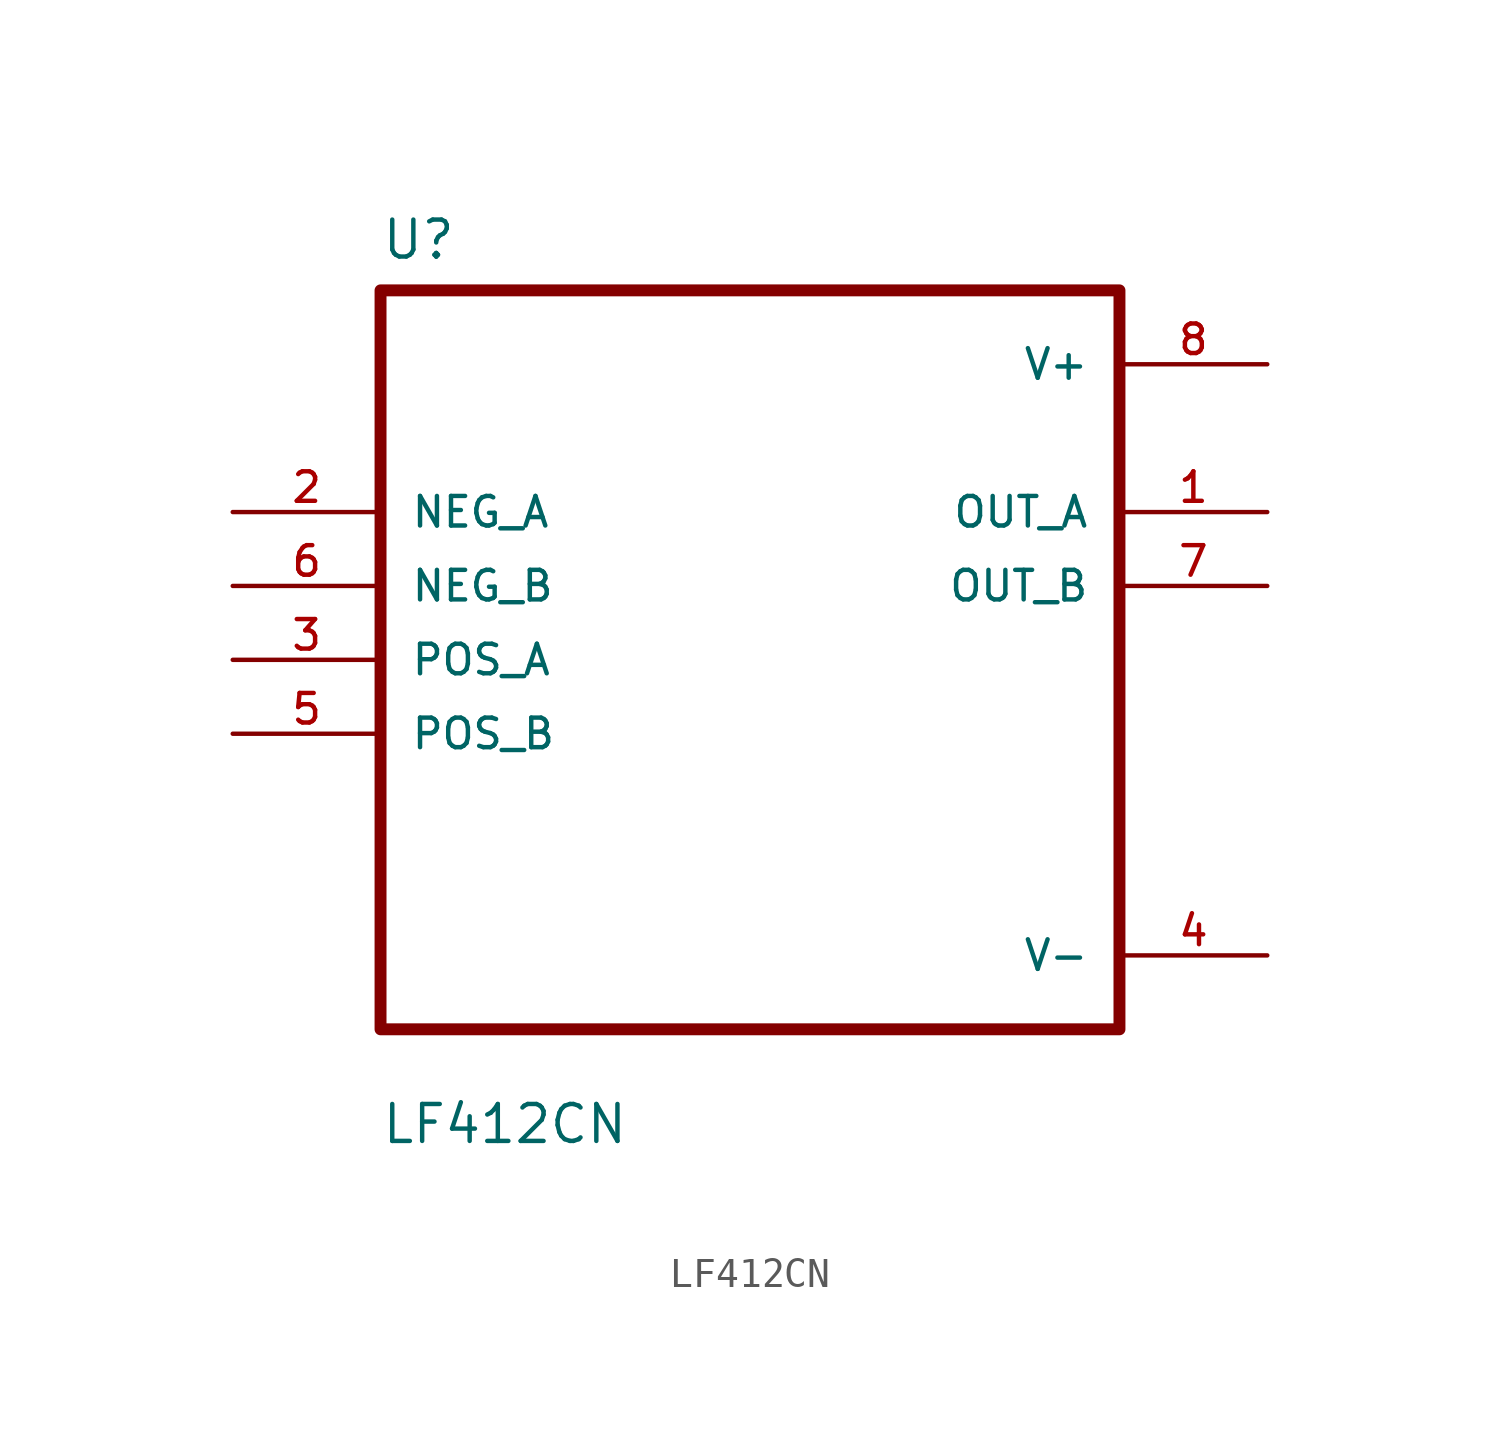
<source format=kicad_sym>
(kicad_symbol_lib
  (version 20220914)
  (generator kicad_symbol_editor)
  (symbol "LF412CN"
    (pin_names
      (offset 1.016))
    (property "Reference" "U"
      (at -12.7 13.7 0)
      (effects (font (size 1.27 1.27)) (justify left bottom)))
    (property "Value" "LF412CN"
      (at -12.7 -16.7 0)
      (effects (font (size 1.27 1.27)) (justify left bottom)))
    (symbol "LF412CN_0_0"
      (pin output line (at 17.78 5.08 180) (length 5.08) (name "OUT_A" (effects (font (size 1.016 1.016)))) (number "1" (effects (font (size 1.016 1.016)))))
      (pin input line (at -17.78 5.08 0) (length 5.08) (name "NEG_A" (effects (font (size 1.016 1.016)))) (number "2" (effects (font (size 1.016 1.016)))))
      (pin input line (at -17.78 0 0) (length 5.08) (name "POS_A" (effects (font (size 1.016 1.016)))) (number "3" (effects (font (size 1.016 1.016)))))
      (pin power_in line (at 17.78 -10.16 180) (length 5.08) (name "V-" (effects (font (size 1.016 1.016)))) (number "4" (effects (font (size 1.016 1.016)))))
      (pin input line (at -17.78 -2.54 0) (length 5.08) (name "POS_B" (effects (font (size 1.016 1.016)))) (number "5" (effects (font (size 1.016 1.016)))))
      (pin input line (at -17.78 2.54 0) (length 5.08) (name "NEG_B" (effects (font (size 1.016 1.016)))) (number "6" (effects (font (size 1.016 1.016)))))
      (pin output line (at 17.78 2.54 180) (length 5.08) (name "OUT_B" (effects (font (size 1.016 1.016)))) (number "7" (effects (font (size 1.016 1.016)))))
      (pin power_in line (at 17.78 10.16 180) (length 5.08) (name "V+" (effects (font (size 1.016 1.016)))) (number "8" (effects (font (size 1.016 1.016))))))
    (symbol "LF412CN_1_0"
      (rectangle (start -12.7 12.7) (end 12.7 -12.7) (stroke (width 0.41) (type default)) (fill (type none))))))
</source>
